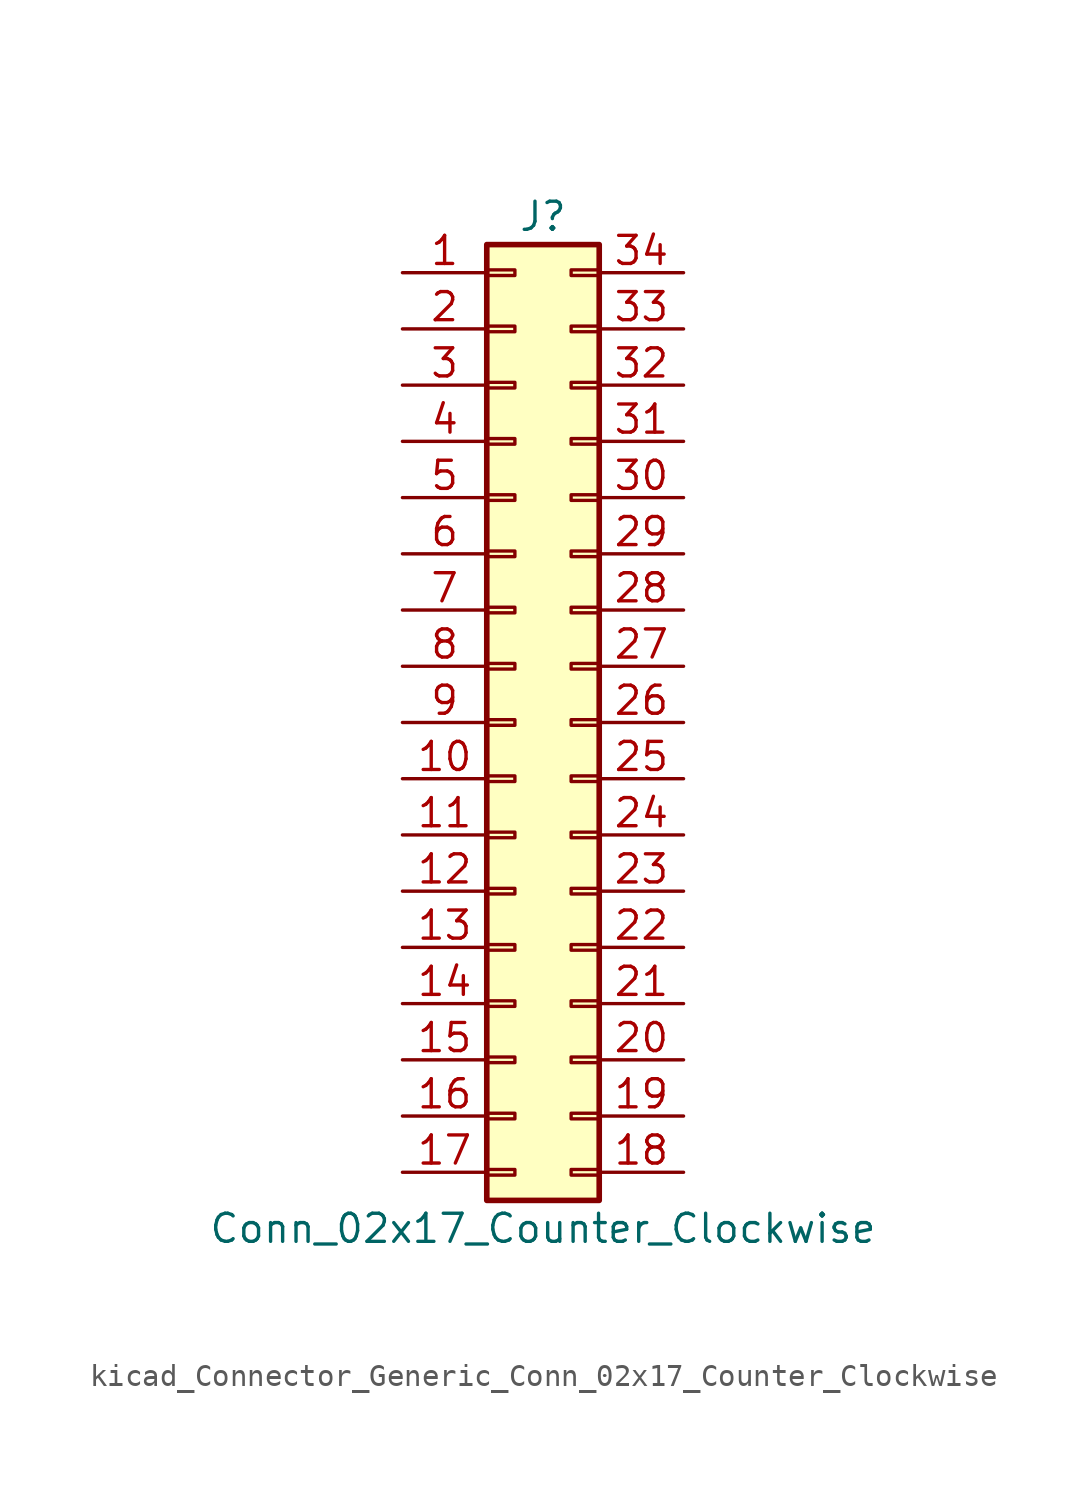
<source format=kicad_sym>
(kicad_symbol_lib
  (version 20220914)
  (generator kicad_symbol_editor)
  (symbol "kicad_Connector_Generic_Conn_02x17_Counter_Clockwise"
    (pin_names
      (offset 1.016) hide)
    (property "Reference" "J"
      (at 1.27 22.86 0)
      (effects (font (size 1.27 1.27))))
    (property "Value" "Conn_02x17_Counter_Clockwise"
      (at 1.27 -22.86 0)
      (effects (font (size 1.27 1.27))))
    (symbol "kicad_Connector_Generic_Conn_02x17_Counter_Clockwise_1_1"
      (rectangle (start -1.27 -20.193) (end 0 -20.447) (stroke (width 0.152) (type default)) (fill (type none)))
      (rectangle (start -1.27 -17.653) (end 0 -17.907) (stroke (width 0.152) (type default)) (fill (type none)))
      (rectangle (start -1.27 -15.113) (end 0 -15.367) (stroke (width 0.152) (type default)) (fill (type none)))
      (rectangle (start -1.27 -12.573) (end 0 -12.827) (stroke (width 0.152) (type default)) (fill (type none)))
      (rectangle (start -1.27 -10.033) (end 0 -10.287) (stroke (width 0.152) (type default)) (fill (type none)))
      (rectangle (start -1.27 -7.493) (end 0 -7.747) (stroke (width 0.152) (type default)) (fill (type none)))
      (rectangle (start -1.27 -4.953) (end 0 -5.207) (stroke (width 0.152) (type default)) (fill (type none)))
      (rectangle (start -1.27 -2.413) (end 0 -2.667) (stroke (width 0.152) (type default)) (fill (type none)))
      (rectangle (start -1.27 0.127) (end 0 -0.127) (stroke (width 0.152) (type default)) (fill (type none)))
      (rectangle (start -1.27 2.667) (end 0 2.413) (stroke (width 0.152) (type default)) (fill (type none)))
      (rectangle (start -1.27 5.207) (end 0 4.953) (stroke (width 0.152) (type default)) (fill (type none)))
      (rectangle (start -1.27 7.747) (end 0 7.493) (stroke (width 0.152) (type default)) (fill (type none)))
      (rectangle (start -1.27 10.287) (end 0 10.033) (stroke (width 0.152) (type default)) (fill (type none)))
      (rectangle (start -1.27 12.827) (end 0 12.573) (stroke (width 0.152) (type default)) (fill (type none)))
      (rectangle (start -1.27 15.367) (end 0 15.113) (stroke (width 0.152) (type default)) (fill (type none)))
      (rectangle (start -1.27 17.907) (end 0 17.653) (stroke (width 0.152) (type default)) (fill (type none)))
      (rectangle (start -1.27 20.447) (end 0 20.193) (stroke (width 0.152) (type default)) (fill (type none)))
      (rectangle (start -1.27 21.59) (end 3.81 -21.59) (stroke (width 0.254) (type default)) (fill (type background)))
      (rectangle (start 3.81 -20.193) (end 2.54 -20.447) (stroke (width 0.152) (type default)) (fill (type none)))
      (rectangle (start 3.81 -17.653) (end 2.54 -17.907) (stroke (width 0.152) (type default)) (fill (type none)))
      (rectangle (start 3.81 -15.113) (end 2.54 -15.367) (stroke (width 0.152) (type default)) (fill (type none)))
      (rectangle (start 3.81 -12.573) (end 2.54 -12.827) (stroke (width 0.152) (type default)) (fill (type none)))
      (rectangle (start 3.81 -10.033) (end 2.54 -10.287) (stroke (width 0.152) (type default)) (fill (type none)))
      (rectangle (start 3.81 -7.493) (end 2.54 -7.747) (stroke (width 0.152) (type default)) (fill (type none)))
      (rectangle (start 3.81 -4.953) (end 2.54 -5.207) (stroke (width 0.152) (type default)) (fill (type none)))
      (rectangle (start 3.81 -2.413) (end 2.54 -2.667) (stroke (width 0.152) (type default)) (fill (type none)))
      (rectangle (start 3.81 0.127) (end 2.54 -0.127) (stroke (width 0.152) (type default)) (fill (type none)))
      (rectangle (start 3.81 2.667) (end 2.54 2.413) (stroke (width 0.152) (type default)) (fill (type none)))
      (rectangle (start 3.81 5.207) (end 2.54 4.953) (stroke (width 0.152) (type default)) (fill (type none)))
      (rectangle (start 3.81 7.747) (end 2.54 7.493) (stroke (width 0.152) (type default)) (fill (type none)))
      (rectangle (start 3.81 10.287) (end 2.54 10.033) (stroke (width 0.152) (type default)) (fill (type none)))
      (rectangle (start 3.81 12.827) (end 2.54 12.573) (stroke (width 0.152) (type default)) (fill (type none)))
      (rectangle (start 3.81 15.367) (end 2.54 15.113) (stroke (width 0.152) (type default)) (fill (type none)))
      (rectangle (start 3.81 17.907) (end 2.54 17.653) (stroke (width 0.152) (type default)) (fill (type none)))
      (rectangle (start 3.81 20.447) (end 2.54 20.193) (stroke (width 0.152) (type default)) (fill (type none)))
      (pin passive line (at -5.08 20.32 0) (length 3.81) (name "Pin_1" (effects (font (size 1.27 1.27)))) (number "1" (effects (font (size 1.27 1.27)))))
      (pin passive line (at -5.08 -2.54 0) (length 3.81) (name "Pin_10" (effects (font (size 1.27 1.27)))) (number "10" (effects (font (size 1.27 1.27)))))
      (pin passive line (at -5.08 -5.08 0) (length 3.81) (name "Pin_11" (effects (font (size 1.27 1.27)))) (number "11" (effects (font (size 1.27 1.27)))))
      (pin passive line (at -5.08 -7.62 0) (length 3.81) (name "Pin_12" (effects (font (size 1.27 1.27)))) (number "12" (effects (font (size 1.27 1.27)))))
      (pin passive line (at -5.08 -10.16 0) (length 3.81) (name "Pin_13" (effects (font (size 1.27 1.27)))) (number "13" (effects (font (size 1.27 1.27)))))
      (pin passive line (at -5.08 -12.7 0) (length 3.81) (name "Pin_14" (effects (font (size 1.27 1.27)))) (number "14" (effects (font (size 1.27 1.27)))))
      (pin passive line (at -5.08 -15.24 0) (length 3.81) (name "Pin_15" (effects (font (size 1.27 1.27)))) (number "15" (effects (font (size 1.27 1.27)))))
      (pin passive line (at -5.08 -17.78 0) (length 3.81) (name "Pin_16" (effects (font (size 1.27 1.27)))) (number "16" (effects (font (size 1.27 1.27)))))
      (pin passive line (at -5.08 -20.32 0) (length 3.81) (name "Pin_17" (effects (font (size 1.27 1.27)))) (number "17" (effects (font (size 1.27 1.27)))))
      (pin passive line (at 7.62 -20.32 180) (length 3.81) (name "Pin_18" (effects (font (size 1.27 1.27)))) (number "18" (effects (font (size 1.27 1.27)))))
      (pin passive line (at 7.62 -17.78 180) (length 3.81) (name "Pin_19" (effects (font (size 1.27 1.27)))) (number "19" (effects (font (size 1.27 1.27)))))
      (pin passive line (at -5.08 17.78 0) (length 3.81) (name "Pin_2" (effects (font (size 1.27 1.27)))) (number "2" (effects (font (size 1.27 1.27)))))
      (pin passive line (at 7.62 -15.24 180) (length 3.81) (name "Pin_20" (effects (font (size 1.27 1.27)))) (number "20" (effects (font (size 1.27 1.27)))))
      (pin passive line (at 7.62 -12.7 180) (length 3.81) (name "Pin_21" (effects (font (size 1.27 1.27)))) (number "21" (effects (font (size 1.27 1.27)))))
      (pin passive line (at 7.62 -10.16 180) (length 3.81) (name "Pin_22" (effects (font (size 1.27 1.27)))) (number "22" (effects (font (size 1.27 1.27)))))
      (pin passive line (at 7.62 -7.62 180) (length 3.81) (name "Pin_23" (effects (font (size 1.27 1.27)))) (number "23" (effects (font (size 1.27 1.27)))))
      (pin passive line (at 7.62 -5.08 180) (length 3.81) (name "Pin_24" (effects (font (size 1.27 1.27)))) (number "24" (effects (font (size 1.27 1.27)))))
      (pin passive line (at 7.62 -2.54 180) (length 3.81) (name "Pin_25" (effects (font (size 1.27 1.27)))) (number "25" (effects (font (size 1.27 1.27)))))
      (pin passive line (at 7.62 0 180) (length 3.81) (name "Pin_26" (effects (font (size 1.27 1.27)))) (number "26" (effects (font (size 1.27 1.27)))))
      (pin passive line (at 7.62 2.54 180) (length 3.81) (name "Pin_27" (effects (font (size 1.27 1.27)))) (number "27" (effects (font (size 1.27 1.27)))))
      (pin passive line (at 7.62 5.08 180) (length 3.81) (name "Pin_28" (effects (font (size 1.27 1.27)))) (number "28" (effects (font (size 1.27 1.27)))))
      (pin passive line (at 7.62 7.62 180) (length 3.81) (name "Pin_29" (effects (font (size 1.27 1.27)))) (number "29" (effects (font (size 1.27 1.27)))))
      (pin passive line (at -5.08 15.24 0) (length 3.81) (name "Pin_3" (effects (font (size 1.27 1.27)))) (number "3" (effects (font (size 1.27 1.27)))))
      (pin passive line (at 7.62 10.16 180) (length 3.81) (name "Pin_30" (effects (font (size 1.27 1.27)))) (number "30" (effects (font (size 1.27 1.27)))))
      (pin passive line (at 7.62 12.7 180) (length 3.81) (name "Pin_31" (effects (font (size 1.27 1.27)))) (number "31" (effects (font (size 1.27 1.27)))))
      (pin passive line (at 7.62 15.24 180) (length 3.81) (name "Pin_32" (effects (font (size 1.27 1.27)))) (number "32" (effects (font (size 1.27 1.27)))))
      (pin passive line (at 7.62 17.78 180) (length 3.81) (name "Pin_33" (effects (font (size 1.27 1.27)))) (number "33" (effects (font (size 1.27 1.27)))))
      (pin passive line (at 7.62 20.32 180) (length 3.81) (name "Pin_34" (effects (font (size 1.27 1.27)))) (number "34" (effects (font (size 1.27 1.27)))))
      (pin passive line (at -5.08 12.7 0) (length 3.81) (name "Pin_4" (effects (font (size 1.27 1.27)))) (number "4" (effects (font (size 1.27 1.27)))))
      (pin passive line (at -5.08 10.16 0) (length 3.81) (name "Pin_5" (effects (font (size 1.27 1.27)))) (number "5" (effects (font (size 1.27 1.27)))))
      (pin passive line (at -5.08 7.62 0) (length 3.81) (name "Pin_6" (effects (font (size 1.27 1.27)))) (number "6" (effects (font (size 1.27 1.27)))))
      (pin passive line (at -5.08 5.08 0) (length 3.81) (name "Pin_7" (effects (font (size 1.27 1.27)))) (number "7" (effects (font (size 1.27 1.27)))))
      (pin passive line (at -5.08 2.54 0) (length 3.81) (name "Pin_8" (effects (font (size 1.27 1.27)))) (number "8" (effects (font (size 1.27 1.27)))))
      (pin passive line (at -5.08 0 0) (length 3.81) (name "Pin_9" (effects (font (size 1.27 1.27)))) (number "9" (effects (font (size 1.27 1.27))))))))
</source>
